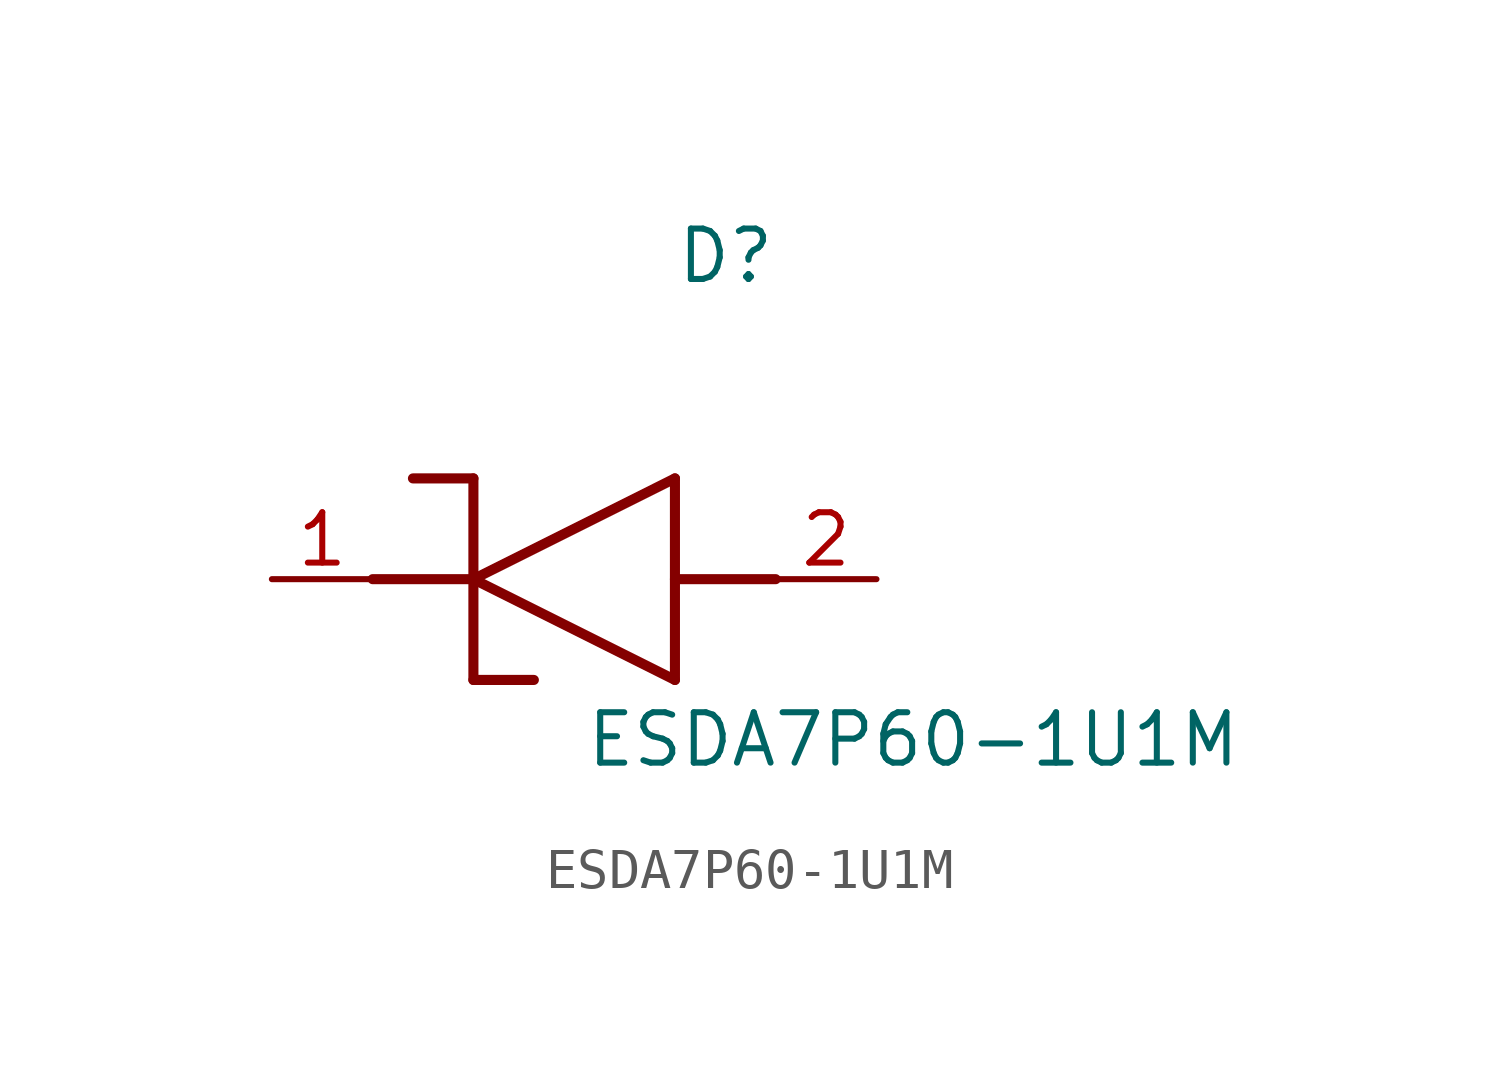
<source format=kicad_sym>
(kicad_symbol_lib
  (version 20231120)
  (generator "kicad_symbol_editor")
  (generator_version "8.0")
  (symbol "ESDA7P60-1U1M"
    (pin_names hide)
    (property "Reference" "D"
      (at 10.16 8.89 0)
      (effects (font (size 1.27 1.27)) (justify left top)))
    (property "Value" "ESDA7P60-1U1M"
      (at 7.874 -3.302 0)
      (effects (font (size 1.27 1.27)) (justify left top)))
    (symbol "ESDA7P60-1U1M_1_1"
      (polyline (pts (xy 2.54 0) (xy 5.08 0)) (stroke (width 0.254) (type default)) (fill (type none)))
      (polyline (pts (xy 5.08 -2.54) (xy 6.604 -2.54)) (stroke (width 0.254) (type default)) (fill (type none)))
      (polyline (pts (xy 5.08 0) (xy 10.16 2.54)) (stroke (width 0.254) (type default)) (fill (type none)))
      (polyline (pts (xy 5.08 2.54) (xy 3.556 2.54)) (stroke (width 0.254) (type default)) (fill (type none)))
      (polyline (pts (xy 5.08 2.54) (xy 5.08 -2.54)) (stroke (width 0.254) (type default)) (fill (type none)))
      (polyline (pts (xy 10.16 -2.54) (xy 5.08 0)) (stroke (width 0.254) (type default)) (fill (type none)))
      (polyline (pts (xy 10.16 -2.54) (xy 10.16 2.54)) (stroke (width 0.254) (type default)) (fill (type none)))
      (polyline (pts (xy 12.7 0) (xy 10.16 0)) (stroke (width 0.254) (type default)) (fill (type none)))
      (pin passive line (at 0 0 0) (length 2.54) (name "K" (effects (font (size 1.27 1.27)))) (number "1" (effects (font (size 1.27 1.27)))))
      (pin passive line (at 15.24 0 180) (length 2.54) (name "A" (effects (font (size 1.27 1.27)))) (number "2" (effects (font (size 1.27 1.27))))))))
</source>
